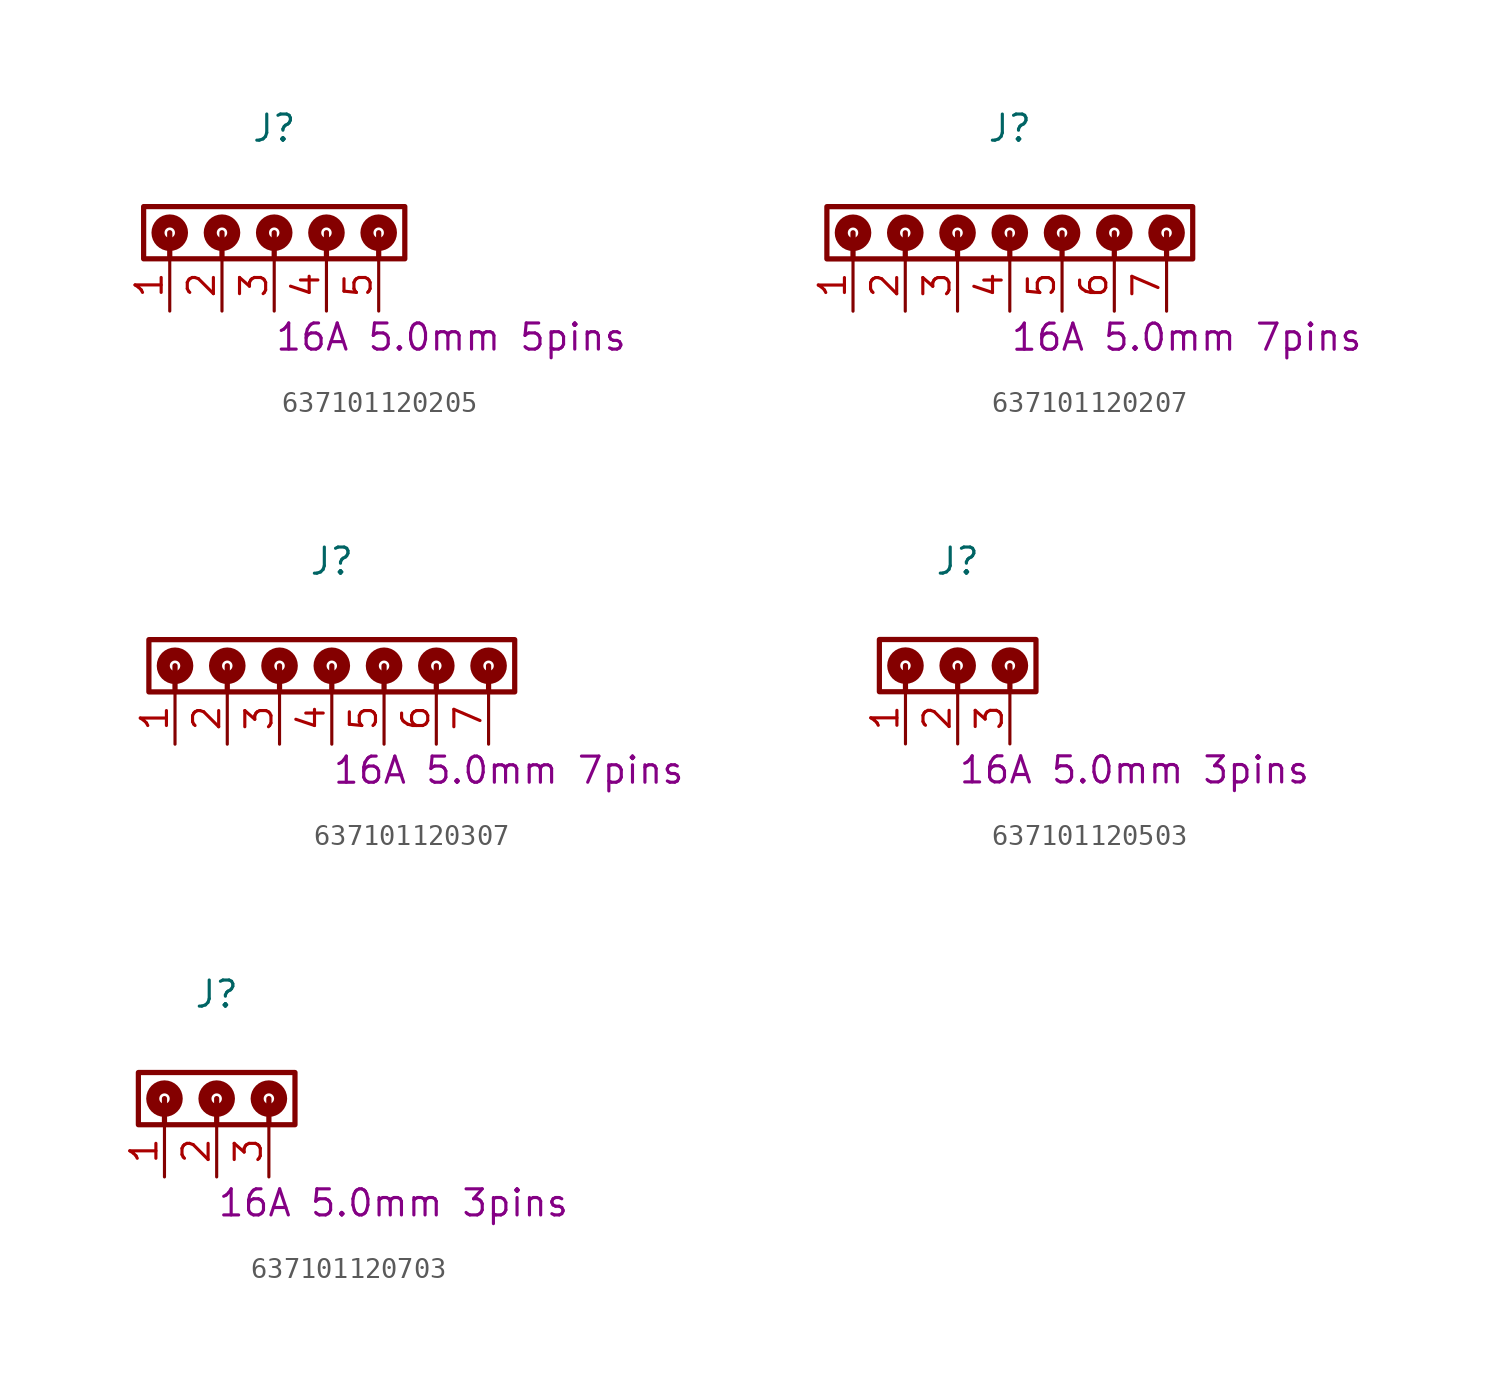
<source format=kicad_sym>
(kicad_symbol_lib
  (version 20220914)
  (generator kicad_symbol_editor)
  (symbol "637101120205"
    (pin_names hide)
    (property "Reference" "J"
      (at 0 5.08 0)
      (effects (font (size 1.27 1.27))))
    (property "Critical Parameter" "16A 5.0mm 5pins"
      (at 0 -5.08 0)
      (effects (font (size 1.27 1.27)) (justify left)))
    (symbol "637101120205_0_1"
      (rectangle (start -6.35 1.27) (end 6.35 -1.27) (stroke (width 0.254) (type default)) (fill (type none)))
      (circle (center -5.08 0) (radius 0.254) (stroke (width 0.635) (type default)) (fill (type none)))
      (polyline (pts (xy -5.08 0) (xy -5.08 -1.27)) (stroke (width 0.254) (type default)) (fill (type none)))
      (circle (center -2.54 0) (radius 0.254) (stroke (width 0.635) (type default)) (fill (type none)))
      (polyline (pts (xy -2.54 0) (xy -2.54 -1.27)) (stroke (width 0.254) (type default)) (fill (type none)))
      (circle (center 0.0 0) (radius 0.254) (stroke (width 0.635) (type default)) (fill (type none)))
      (polyline (pts (xy 0.0 0) (xy 0.0 -1.27)) (stroke (width 0.254) (type default)) (fill (type none)))
      (circle (center 2.54 0) (radius 0.254) (stroke (width 0.635) (type default)) (fill (type none)))
      (polyline (pts (xy 2.54 0) (xy 2.54 -1.27)) (stroke (width 0.254) (type default)) (fill (type none)))
      (circle (center 5.08 0) (radius 0.254) (stroke (width 0.635) (type default)) (fill (type none)))
      (polyline (pts (xy 5.08 0) (xy 5.08 -1.27)) (stroke (width 0.254) (type default)) (fill (type none))))
    (symbol "637101120205_1_1"
      (pin passive line (at -5.08 -3.81 90) (length 2.54) (name "1" (effects (font (size 1.27 1.27)))) (number "1" (effects (font (size 1.27 1.27)))))
      (pin passive line (at -5.08 -3.81 90) (length 2.54) hide (name "A1" (effects (font (size 1.27 1.27)))) (number "A1" (effects (font (size 1.27 1.27)))))
      (pin passive line (at -2.54 -3.81 90) (length 2.54) (name "2" (effects (font (size 1.27 1.27)))) (number "2" (effects (font (size 1.27 1.27)))))
      (pin passive line (at -2.54 -3.81 90) (length 2.54) hide (name "A2" (effects (font (size 1.27 1.27)))) (number "A2" (effects (font (size 1.27 1.27)))))
      (pin passive line (at 0.0 -3.81 90) (length 2.54) (name "3" (effects (font (size 1.27 1.27)))) (number "3" (effects (font (size 1.27 1.27)))))
      (pin passive line (at 0.0 -3.81 90) (length 2.54) hide (name "A3" (effects (font (size 1.27 1.27)))) (number "A3" (effects (font (size 1.27 1.27)))))
      (pin passive line (at 2.54 -3.81 90) (length 2.54) (name "4" (effects (font (size 1.27 1.27)))) (number "4" (effects (font (size 1.27 1.27)))))
      (pin passive line (at 2.54 -3.81 90) (length 2.54) hide (name "A4" (effects (font (size 1.27 1.27)))) (number "A4" (effects (font (size 1.27 1.27)))))
      (pin passive line (at 5.08 -3.81 90) (length 2.54) (name "5" (effects (font (size 1.27 1.27)))) (number "5" (effects (font (size 1.27 1.27)))))
      (pin passive line (at 5.08 -3.81 90) (length 2.54) hide (name "A5" (effects (font (size 1.27 1.27)))) (number "A5" (effects (font (size 1.27 1.27)))))))
  (symbol "637101120207"
    (pin_names hide)
    (property "Reference" "J"
      (at 0 5.08 0)
      (effects (font (size 1.27 1.27))))
    (property "Critical Parameter" "16A 5.0mm 7pins"
      (at 0 -5.08 0)
      (effects (font (size 1.27 1.27)) (justify left)))
    (symbol "637101120207_0_1"
      (rectangle (start -8.89 1.27) (end 8.89 -1.27) (stroke (width 0.254) (type default)) (fill (type none)))
      (circle (center -7.62 0) (radius 0.254) (stroke (width 0.635) (type default)) (fill (type none)))
      (polyline (pts (xy -7.62 0) (xy -7.62 -1.27)) (stroke (width 0.254) (type default)) (fill (type none)))
      (circle (center -5.08 0) (radius 0.254) (stroke (width 0.635) (type default)) (fill (type none)))
      (polyline (pts (xy -5.08 0) (xy -5.08 -1.27)) (stroke (width 0.254) (type default)) (fill (type none)))
      (circle (center -2.54 0) (radius 0.254) (stroke (width 0.635) (type default)) (fill (type none)))
      (polyline (pts (xy -2.54 0) (xy -2.54 -1.27)) (stroke (width 0.254) (type default)) (fill (type none)))
      (circle (center 0.0 0) (radius 0.254) (stroke (width 0.635) (type default)) (fill (type none)))
      (polyline (pts (xy 0.0 0) (xy 0.0 -1.27)) (stroke (width 0.254) (type default)) (fill (type none)))
      (circle (center 2.54 0) (radius 0.254) (stroke (width 0.635) (type default)) (fill (type none)))
      (polyline (pts (xy 2.54 0) (xy 2.54 -1.27)) (stroke (width 0.254) (type default)) (fill (type none)))
      (circle (center 5.08 0) (radius 0.254) (stroke (width 0.635) (type default)) (fill (type none)))
      (polyline (pts (xy 5.08 0) (xy 5.08 -1.27)) (stroke (width 0.254) (type default)) (fill (type none)))
      (circle (center 7.62 0) (radius 0.254) (stroke (width 0.635) (type default)) (fill (type none)))
      (polyline (pts (xy 7.62 0) (xy 7.62 -1.27)) (stroke (width 0.254) (type default)) (fill (type none))))
    (symbol "637101120207_1_1"
      (pin passive line (at -7.62 -3.81 90) (length 2.54) (name "1" (effects (font (size 1.27 1.27)))) (number "1" (effects (font (size 1.27 1.27)))))
      (pin passive line (at -7.62 -3.81 90) (length 2.54) hide (name "A1" (effects (font (size 1.27 1.27)))) (number "A1" (effects (font (size 1.27 1.27)))))
      (pin passive line (at -5.08 -3.81 90) (length 2.54) (name "2" (effects (font (size 1.27 1.27)))) (number "2" (effects (font (size 1.27 1.27)))))
      (pin passive line (at -5.08 -3.81 90) (length 2.54) hide (name "A2" (effects (font (size 1.27 1.27)))) (number "A2" (effects (font (size 1.27 1.27)))))
      (pin passive line (at -2.54 -3.81 90) (length 2.54) (name "3" (effects (font (size 1.27 1.27)))) (number "3" (effects (font (size 1.27 1.27)))))
      (pin passive line (at -2.54 -3.81 90) (length 2.54) hide (name "A3" (effects (font (size 1.27 1.27)))) (number "A3" (effects (font (size 1.27 1.27)))))
      (pin passive line (at 0.0 -3.81 90) (length 2.54) (name "4" (effects (font (size 1.27 1.27)))) (number "4" (effects (font (size 1.27 1.27)))))
      (pin passive line (at 0.0 -3.81 90) (length 2.54) hide (name "A4" (effects (font (size 1.27 1.27)))) (number "A4" (effects (font (size 1.27 1.27)))))
      (pin passive line (at 2.54 -3.81 90) (length 2.54) (name "5" (effects (font (size 1.27 1.27)))) (number "5" (effects (font (size 1.27 1.27)))))
      (pin passive line (at 2.54 -3.81 90) (length 2.54) hide (name "A5" (effects (font (size 1.27 1.27)))) (number "A5" (effects (font (size 1.27 1.27)))))
      (pin passive line (at 5.08 -3.81 90) (length 2.54) (name "6" (effects (font (size 1.27 1.27)))) (number "6" (effects (font (size 1.27 1.27)))))
      (pin passive line (at 5.08 -3.81 90) (length 2.54) hide (name "A6" (effects (font (size 1.27 1.27)))) (number "A6" (effects (font (size 1.27 1.27)))))
      (pin passive line (at 7.62 -3.81 90) (length 2.54) (name "7" (effects (font (size 1.27 1.27)))) (number "7" (effects (font (size 1.27 1.27)))))
      (pin passive line (at 7.62 -3.81 90) (length 2.54) hide (name "A7" (effects (font (size 1.27 1.27)))) (number "A7" (effects (font (size 1.27 1.27)))))))
  (symbol "637101120307"
    (pin_names hide)
    (property "Reference" "J"
      (at 0 5.08 0)
      (effects (font (size 1.27 1.27))))
    (property "Critical Parameter" "16A 5.0mm 7pins"
      (at 0 -5.08 0)
      (effects (font (size 1.27 1.27)) (justify left)))
    (symbol "637101120307_0_1"
      (rectangle (start -8.89 1.27) (end 8.89 -1.27) (stroke (width 0.254) (type default)) (fill (type none)))
      (circle (center -7.62 0) (radius 0.254) (stroke (width 0.635) (type default)) (fill (type none)))
      (polyline (pts (xy -7.62 0) (xy -7.62 -1.27)) (stroke (width 0.254) (type default)) (fill (type none)))
      (circle (center -5.08 0) (radius 0.254) (stroke (width 0.635) (type default)) (fill (type none)))
      (polyline (pts (xy -5.08 0) (xy -5.08 -1.27)) (stroke (width 0.254) (type default)) (fill (type none)))
      (circle (center -2.54 0) (radius 0.254) (stroke (width 0.635) (type default)) (fill (type none)))
      (polyline (pts (xy -2.54 0) (xy -2.54 -1.27)) (stroke (width 0.254) (type default)) (fill (type none)))
      (circle (center 0.0 0) (radius 0.254) (stroke (width 0.635) (type default)) (fill (type none)))
      (polyline (pts (xy 0.0 0) (xy 0.0 -1.27)) (stroke (width 0.254) (type default)) (fill (type none)))
      (circle (center 2.54 0) (radius 0.254) (stroke (width 0.635) (type default)) (fill (type none)))
      (polyline (pts (xy 2.54 0) (xy 2.54 -1.27)) (stroke (width 0.254) (type default)) (fill (type none)))
      (circle (center 5.08 0) (radius 0.254) (stroke (width 0.635) (type default)) (fill (type none)))
      (polyline (pts (xy 5.08 0) (xy 5.08 -1.27)) (stroke (width 0.254) (type default)) (fill (type none)))
      (circle (center 7.62 0) (radius 0.254) (stroke (width 0.635) (type default)) (fill (type none)))
      (polyline (pts (xy 7.62 0) (xy 7.62 -1.27)) (stroke (width 0.254) (type default)) (fill (type none))))
    (symbol "637101120307_1_1"
      (pin passive line (at -7.62 -3.81 90) (length 2.54) (name "1" (effects (font (size 1.27 1.27)))) (number "1" (effects (font (size 1.27 1.27)))))
      (pin passive line (at -7.62 -3.81 90) (length 2.54) hide (name "A1" (effects (font (size 1.27 1.27)))) (number "A1" (effects (font (size 1.27 1.27)))))
      (pin passive line (at -5.08 -3.81 90) (length 2.54) (name "2" (effects (font (size 1.27 1.27)))) (number "2" (effects (font (size 1.27 1.27)))))
      (pin passive line (at -5.08 -3.81 90) (length 2.54) hide (name "A2" (effects (font (size 1.27 1.27)))) (number "A2" (effects (font (size 1.27 1.27)))))
      (pin passive line (at -2.54 -3.81 90) (length 2.54) (name "3" (effects (font (size 1.27 1.27)))) (number "3" (effects (font (size 1.27 1.27)))))
      (pin passive line (at -2.54 -3.81 90) (length 2.54) hide (name "A3" (effects (font (size 1.27 1.27)))) (number "A3" (effects (font (size 1.27 1.27)))))
      (pin passive line (at 0.0 -3.81 90) (length 2.54) (name "4" (effects (font (size 1.27 1.27)))) (number "4" (effects (font (size 1.27 1.27)))))
      (pin passive line (at 0.0 -3.81 90) (length 2.54) hide (name "A4" (effects (font (size 1.27 1.27)))) (number "A4" (effects (font (size 1.27 1.27)))))
      (pin passive line (at 2.54 -3.81 90) (length 2.54) (name "5" (effects (font (size 1.27 1.27)))) (number "5" (effects (font (size 1.27 1.27)))))
      (pin passive line (at 2.54 -3.81 90) (length 2.54) hide (name "A5" (effects (font (size 1.27 1.27)))) (number "A5" (effects (font (size 1.27 1.27)))))
      (pin passive line (at 5.08 -3.81 90) (length 2.54) (name "6" (effects (font (size 1.27 1.27)))) (number "6" (effects (font (size 1.27 1.27)))))
      (pin passive line (at 5.08 -3.81 90) (length 2.54) hide (name "A6" (effects (font (size 1.27 1.27)))) (number "A6" (effects (font (size 1.27 1.27)))))
      (pin passive line (at 7.62 -3.81 90) (length 2.54) (name "7" (effects (font (size 1.27 1.27)))) (number "7" (effects (font (size 1.27 1.27)))))
      (pin passive line (at 7.62 -3.81 90) (length 2.54) hide (name "A7" (effects (font (size 1.27 1.27)))) (number "A7" (effects (font (size 1.27 1.27)))))))
  (symbol "637101120503"
    (pin_names hide)
    (property "Reference" "J"
      (at 0 5.08 0)
      (effects (font (size 1.27 1.27))))
    (property "Critical Parameter" "16A 5.0mm 3pins"
      (at 0 -5.08 0)
      (effects (font (size 1.27 1.27)) (justify left)))
    (symbol "637101120503_0_1"
      (rectangle (start -3.81 1.27) (end 3.81 -1.27) (stroke (width 0.254) (type default)) (fill (type none)))
      (circle (center -2.54 0) (radius 0.254) (stroke (width 0.635) (type default)) (fill (type none)))
      (polyline (pts (xy -2.54 0) (xy -2.54 -1.27)) (stroke (width 0.254) (type default)) (fill (type none)))
      (circle (center 0.0 0) (radius 0.254) (stroke (width 0.635) (type default)) (fill (type none)))
      (polyline (pts (xy 0.0 0) (xy 0.0 -1.27)) (stroke (width 0.254) (type default)) (fill (type none)))
      (circle (center 2.54 0) (radius 0.254) (stroke (width 0.635) (type default)) (fill (type none)))
      (polyline (pts (xy 2.54 0) (xy 2.54 -1.27)) (stroke (width 0.254) (type default)) (fill (type none))))
    (symbol "637101120503_1_1"
      (pin passive line (at -2.54 -3.81 90) (length 2.54) (name "1" (effects (font (size 1.27 1.27)))) (number "1" (effects (font (size 1.27 1.27)))))
      (pin passive line (at -2.54 -3.81 90) (length 2.54) hide (name "A1" (effects (font (size 1.27 1.27)))) (number "A1" (effects (font (size 1.27 1.27)))))
      (pin passive line (at 0.0 -3.81 90) (length 2.54) (name "2" (effects (font (size 1.27 1.27)))) (number "2" (effects (font (size 1.27 1.27)))))
      (pin passive line (at 0.0 -3.81 90) (length 2.54) hide (name "A2" (effects (font (size 1.27 1.27)))) (number "A2" (effects (font (size 1.27 1.27)))))
      (pin passive line (at 2.54 -3.81 90) (length 2.54) (name "3" (effects (font (size 1.27 1.27)))) (number "3" (effects (font (size 1.27 1.27)))))
      (pin passive line (at 2.54 -3.81 90) (length 2.54) hide (name "A3" (effects (font (size 1.27 1.27)))) (number "A3" (effects (font (size 1.27 1.27)))))))
  (symbol "637101120703"
    (pin_names hide)
    (property "Reference" "J"
      (at 0 5.08 0)
      (effects (font (size 1.27 1.27))))
    (property "Critical Parameter" "16A 5.0mm 3pins"
      (at 0 -5.08 0)
      (effects (font (size 1.27 1.27)) (justify left)))
    (symbol "637101120703_0_1"
      (rectangle (start -3.81 1.27) (end 3.81 -1.27) (stroke (width 0.254) (type default)) (fill (type none)))
      (circle (center -2.54 0) (radius 0.254) (stroke (width 0.635) (type default)) (fill (type none)))
      (polyline (pts (xy -2.54 0) (xy -2.54 -1.27)) (stroke (width 0.254) (type default)) (fill (type none)))
      (circle (center 0.0 0) (radius 0.254) (stroke (width 0.635) (type default)) (fill (type none)))
      (polyline (pts (xy 0.0 0) (xy 0.0 -1.27)) (stroke (width 0.254) (type default)) (fill (type none)))
      (circle (center 2.54 0) (radius 0.254) (stroke (width 0.635) (type default)) (fill (type none)))
      (polyline (pts (xy 2.54 0) (xy 2.54 -1.27)) (stroke (width 0.254) (type default)) (fill (type none))))
    (symbol "637101120703_1_1"
      (pin passive line (at -2.54 -3.81 90) (length 2.54) (name "1" (effects (font (size 1.27 1.27)))) (number "1" (effects (font (size 1.27 1.27)))))
      (pin passive line (at -2.54 -3.81 90) (length 2.54) hide (name "A1" (effects (font (size 1.27 1.27)))) (number "A1" (effects (font (size 1.27 1.27)))))
      (pin passive line (at 0.0 -3.81 90) (length 2.54) (name "2" (effects (font (size 1.27 1.27)))) (number "2" (effects (font (size 1.27 1.27)))))
      (pin passive line (at 0.0 -3.81 90) (length 2.54) hide (name "A2" (effects (font (size 1.27 1.27)))) (number "A2" (effects (font (size 1.27 1.27)))))
      (pin passive line (at 2.54 -3.81 90) (length 2.54) (name "3" (effects (font (size 1.27 1.27)))) (number "3" (effects (font (size 1.27 1.27)))))
      (pin passive line (at 2.54 -3.81 90) (length 2.54) hide (name "A3" (effects (font (size 1.27 1.27)))) (number "A3" (effects (font (size 1.27 1.27))))))))
</source>
